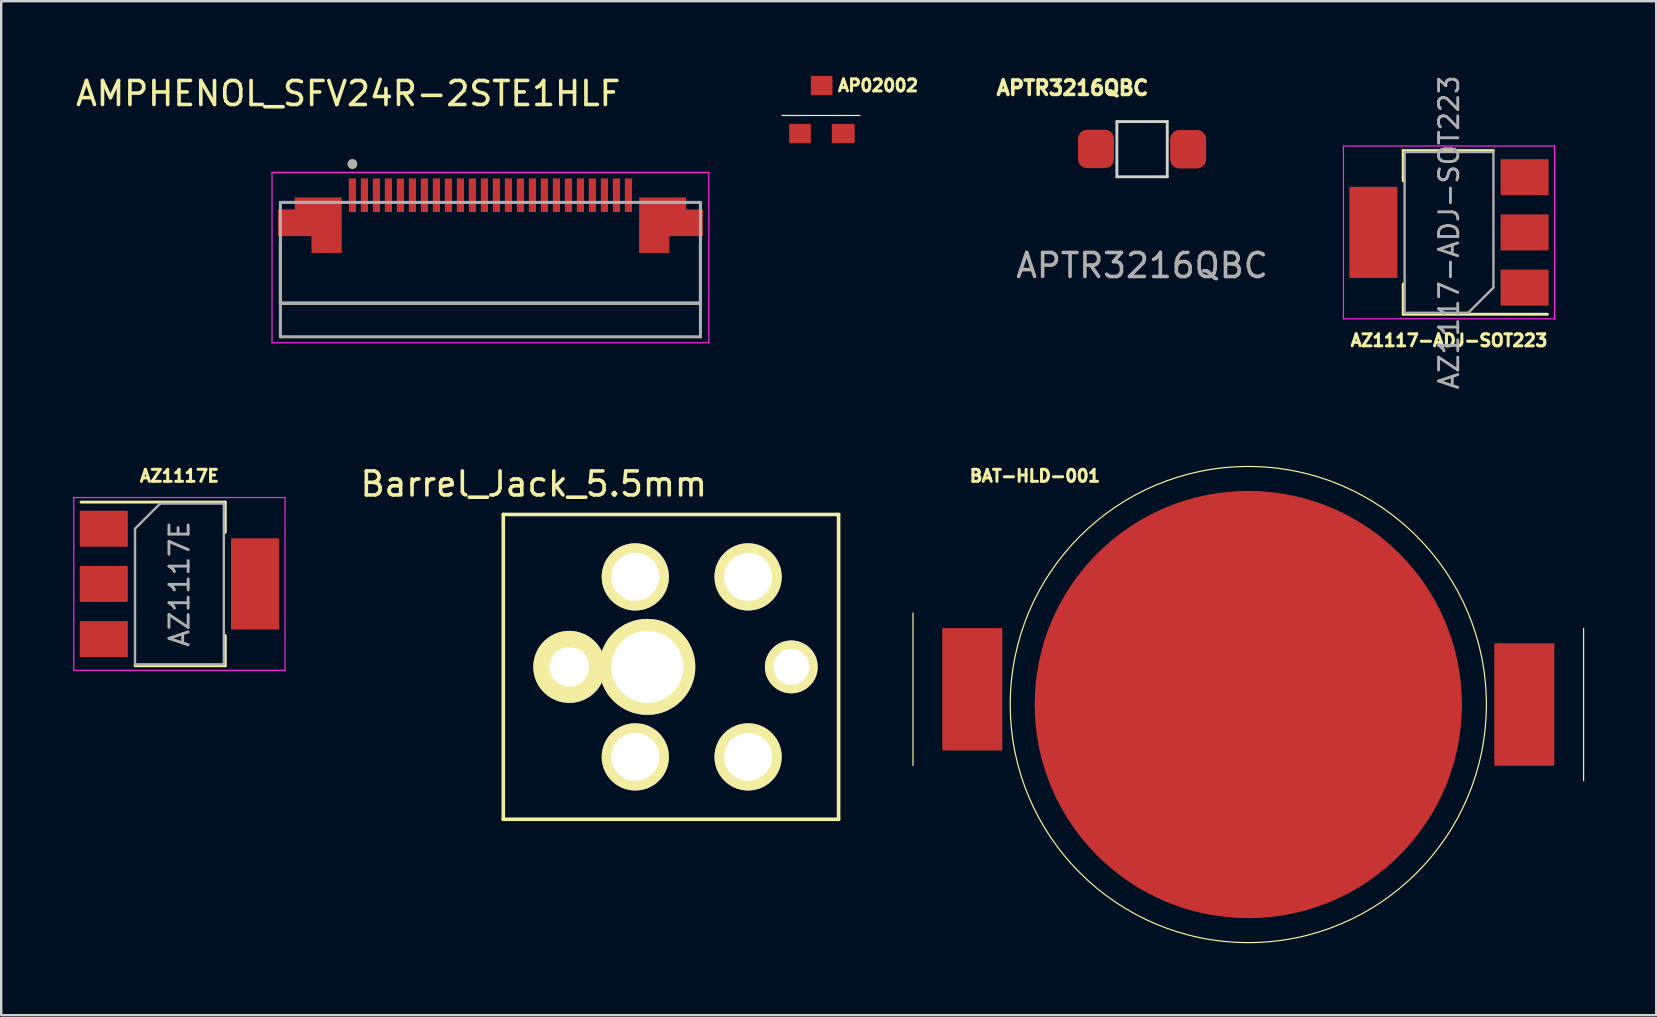
<source format=kicad_pcb>
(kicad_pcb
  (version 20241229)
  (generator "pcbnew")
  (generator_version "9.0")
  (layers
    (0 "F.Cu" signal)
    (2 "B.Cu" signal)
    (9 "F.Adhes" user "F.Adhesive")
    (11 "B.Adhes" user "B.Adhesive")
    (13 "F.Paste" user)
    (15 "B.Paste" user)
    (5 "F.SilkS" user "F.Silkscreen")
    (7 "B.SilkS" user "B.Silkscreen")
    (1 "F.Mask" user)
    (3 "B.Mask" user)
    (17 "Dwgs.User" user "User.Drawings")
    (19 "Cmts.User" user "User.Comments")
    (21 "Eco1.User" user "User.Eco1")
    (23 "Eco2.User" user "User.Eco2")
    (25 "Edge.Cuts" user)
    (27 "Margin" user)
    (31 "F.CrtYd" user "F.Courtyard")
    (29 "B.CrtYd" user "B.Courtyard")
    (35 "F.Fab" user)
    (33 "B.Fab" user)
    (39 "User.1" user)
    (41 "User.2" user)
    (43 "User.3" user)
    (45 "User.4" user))
  (footprint "AZ1117E"
    (layer "F.Cu")
    (at 4.425 21.279)
    (property "Reference" "AZ1117E" (at 0 -4.5 0) (layer "F.SilkS") (effects (font (size 0.5 0.5) (thickness 0.125))))
    (attr smd)
    (fp_line (start -4.1 -3.41) (end 1.91 -3.41) (stroke (width 0.12) (type solid)) (layer "F.SilkS"))
    (fp_line (start -1.85 3.41) (end 1.91 3.41) (stroke (width 0.12) (type solid)) (layer "F.SilkS"))
    (fp_line (start 1.91 -3.41) (end 1.91 -2.15) (stroke (width 0.12) (type solid)) (layer "F.SilkS"))
    (fp_line (start 1.91 3.41) (end 1.91 2.15) (stroke (width 0.12) (type solid)) (layer "F.SilkS"))
    (fp_line (start -4.4 -3.6) (end -4.4 3.6) (stroke (width 0.05) (type solid)) (layer "F.CrtYd"))
    (fp_line (start -4.4 3.6) (end 4.4 3.6) (stroke (width 0.05) (type solid)) (layer "F.CrtYd"))
    (fp_line (start 4.4 -3.6) (end -4.4 -3.6) (stroke (width 0.05) (type solid)) (layer "F.CrtYd"))
    (fp_line (start 4.4 3.6) (end 4.4 -3.6) (stroke (width 0.05) (type solid)) (layer "F.CrtYd"))
    (fp_line (start -1.85 -2.3) (end -1.85 3.35) (stroke (width 0.1) (type solid)) (layer "F.Fab"))
    (fp_line (start -1.85 -2.3) (end -0.8 -3.35) (stroke (width 0.1) (type solid)) (layer "F.Fab"))
    (fp_line (start -1.85 3.35) (end 1.85 3.35) (stroke (width 0.1) (type solid)) (layer "F.Fab"))
    (fp_line (start -0.8 -3.35) (end 1.85 -3.35) (stroke (width 0.1) (type solid)) (layer "F.Fab"))
    (fp_line (start 1.85 -3.35) (end 1.85 3.35) (stroke (width 0.1) (type solid)) (layer "F.Fab"))
    (fp_text user "${REFERENCE}" (at 0 0 90) (layer "F.Fab") (effects (font (size 0.8 0.8) (thickness 0.12))))
    (pad "1" smd rect (at -3.15 -2.3) (size 2 1.5) (layers "F.Cu" "F.Mask" "F.Paste"))
    (pad "2" smd rect (at -3.15 0) (size 2 1.5) (layers "F.Cu" "F.Mask" "F.Paste"))
    (pad "3" smd rect (at -3.15 2.3) (size 2 1.5) (layers "F.Cu" "F.Mask" "F.Paste"))
    (pad "4" smd rect (at 3.15 0) (size 2 3.8) (layers "F.Cu" "F.Mask" "F.Paste")))
  (footprint "AZ1117-ADJ-SOT223"
    (layer "F.Cu")
    (at 57.322 6.233)
    (property "Reference" "AZ1117-ADJ-SOT223" (at 0 4.9 180) (layer "F.SilkS") (effects (font (size 0.5 0.5) (thickness 0.125))))
    (attr smd)
    (fp_line (start -1.91 -3.01) (end -1.91 -1.75) (stroke (width 0.12) (type solid)) (layer "F.SilkS"))
    (fp_line (start -1.91 3.81) (end -1.91 2.55) (stroke (width 0.12) (type solid)) (layer "F.SilkS"))
    (fp_line (start 1.85 -3.01) (end -1.91 -3.01) (stroke (width 0.12) (type solid)) (layer "F.SilkS"))
    (fp_line (start 4.1 3.81) (end -1.91 3.81) (stroke (width 0.12) (type solid)) (layer "F.SilkS"))
    (fp_line (start -4.4 -3.2) (end -4.4 4) (stroke (width 0.05) (type solid)) (layer "F.CrtYd"))
    (fp_line (start -4.4 4) (end 4.4 4) (stroke (width 0.05) (type solid)) (layer "F.CrtYd"))
    (fp_line (start 4.4 -3.2) (end -4.4 -3.2) (stroke (width 0.05) (type solid)) (layer "F.CrtYd"))
    (fp_line (start 4.4 4) (end 4.4 -3.2) (stroke (width 0.05) (type solid)) (layer "F.CrtYd"))
    (fp_line (start -1.85 3.75) (end -1.85 -2.95) (stroke (width 0.1) (type solid)) (layer "F.Fab"))
    (fp_line (start 0.8 3.75) (end -1.85 3.75) (stroke (width 0.1) (type solid)) (layer "F.Fab"))
    (fp_line (start 1.85 -2.95) (end -1.85 -2.95) (stroke (width 0.1) (type solid)) (layer "F.Fab"))
    (fp_line (start 1.85 2.7) (end 0.8 3.75) (stroke (width 0.1) (type solid)) (layer "F.Fab"))
    (fp_line (start 1.85 2.7) (end 1.85 -2.95) (stroke (width 0.1) (type solid)) (layer "F.Fab"))
    (fp_text user "${REFERENCE}" (at 0 0.4 270) (layer "F.Fab") (effects (font (size 0.8 0.8) (thickness 0.12))))
    (pad "1" smd rect (at 3.15 2.7 180) (size 2 1.5) (layers "F.Cu" "F.Mask" "F.Paste"))
    (pad "2" smd rect (at -3.15 0.4 180) (size 2 3.8) (layers "F.Cu" "F.Mask" "F.Paste"))
    (pad "2" smd rect (at 3.15 0.4 180) (size 2 1.5) (layers "F.Cu" "F.Mask" "F.Paste"))
    (pad "3" smd rect (at 3.15 -1.9 180) (size 2 1.5) (layers "F.Cu" "F.Mask" "F.Paste")))
  (footprint "AP02002"
    (layer "F.Cu")
    (at 31.033 1.512)
    (property "Reference" "AP02002" (at 2.5 -1 0) (layer "F.SilkS") (effects (font (size 0.5 0.5) (thickness 0.125))))
    (attr through_hole)
    (fp_line (start -1.5 0.25) (end 1.75 0.25) (stroke (width 0.05) (type solid)) (layer "F.SilkS"))
    (pad "1" smd rect (at -0.75 1) (size 0.9 0.8) (layers "F.Cu" "F.Mask" "F.Paste"))
    (pad "2" smd rect (at 0.15 -1) (size 0.9 0.8) (layers "F.Cu" "F.Mask" "F.Paste"))
    (pad "3" smd rect (at 1.05 1) (size 0.95 0.8) (layers "F.Cu" "F.Mask" "F.Paste")))
  (footprint "AMPHENOL_SFV24R-2STE1HLF"
    (layer "F.Cu")
    (at 17.383 7.483)
    (property "Reference" "AMPHENOL_SFV24R-2STE1HLF" (at -5.925 -6.635 0) (layer "F.SilkS") (effects (font (size 1 1) (thickness 0.15))))
    (attr smd)
    (fp_poly (pts (xy -8.95 -1.9) (xy -8.95 -0.6) (xy -7.55 -0.6) (xy -7.55 0.1) (xy -6.1 0.1) (xy -6.1 -2.4) (xy -8.25 -2.4) (xy -8.25 -1.9)) (stroke (width 0.01) (type solid)) (fill yes) (layer "F.Mask"))
    (fp_poly (pts (xy 8.95 -1.9) (xy 8.95 -0.6) (xy 7.55 -0.6) (xy 7.55 0.1) (xy 6.1 0.1) (xy 6.1 -2.4) (xy 8.25 -2.4) (xy 8.25 -1.9)) (stroke (width 0.01) (type solid)) (fill yes) (layer "F.Mask"))
    (fp_line (start -8.75 -0.38) (end -8.75 2.1) (stroke (width 0.127) (type solid)) (layer "F.SilkS"))
    (fp_line (start -8.75 2.1) (end 8.75 2.1) (stroke (width 0.127) (type solid)) (layer "F.SilkS"))
    (fp_line (start 8.75 2.1) (end 8.75 -0.38) (stroke (width 0.127) (type solid)) (layer "F.SilkS"))
    (fp_circle (center -5.75 -3.7) (end -5.65 -3.7) (stroke (width 0.2) (type solid)) (fill no) (layer "F.SilkS"))
    (fp_poly (pts (xy -8.85 -1.8) (xy -8.85 -0.7) (xy -7.45 -0.7) (xy -7.45 0) (xy -6.2 0) (xy -6.2 -2.3) (xy -8.15 -2.3) (xy -8.15 -1.8)) (stroke (width 0.01) (type solid)) (fill yes) (layer "F.Paste"))
    (fp_poly (pts (xy 8.85 -1.8) (xy 8.85 -0.7) (xy 7.45 -0.7) (xy 7.45 0) (xy 6.2 0) (xy 6.2 -2.3) (xy 8.15 -2.3) (xy 8.15 -1.8)) (stroke (width 0.01) (type solid)) (fill yes) (layer "F.Paste"))
    (fp_line (start -9.1 -3.35) (end -9.1 3.75) (stroke (width 0.05) (type solid)) (layer "F.CrtYd"))
    (fp_line (start -9.1 3.75) (end 9.1 3.75) (stroke (width 0.05) (type solid)) (layer "F.CrtYd"))
    (fp_line (start 9.1 -3.35) (end -9.1 -3.35) (stroke (width 0.05) (type solid)) (layer "F.CrtYd"))
    (fp_line (start 9.1 3.75) (end 9.1 -3.35) (stroke (width 0.05) (type solid)) (layer "F.CrtYd"))
    (fp_line (start -8.75 -2.1) (end -8.75 2.1) (stroke (width 0.127) (type solid)) (layer "F.Fab"))
    (fp_line (start -8.75 2.1) (end -8.75 3.5) (stroke (width 0.127) (type solid)) (layer "F.Fab"))
    (fp_line (start -8.75 2.1) (end 8.75 2.1) (stroke (width 0.127) (type solid)) (layer "F.Fab"))
    (fp_line (start -8.75 3.5) (end 8.75 3.5) (stroke (width 0.127) (type solid)) (layer "F.Fab"))
    (fp_line (start 8.75 -2.1) (end -8.75 -2.1) (stroke (width 0.127) (type solid)) (layer "F.Fab"))
    (fp_line (start 8.75 2.1) (end 8.75 -2.1) (stroke (width 0.127) (type solid)) (layer "F.Fab"))
    (fp_line (start 8.75 3.5) (end 8.75 2.1) (stroke (width 0.127) (type solid)) (layer "F.Fab"))
    (fp_circle (center -5.75 -3.7) (end -5.65 -3.7) (stroke (width 0.2) (type solid)) (fill no) (layer "F.Fab"))
    (pad "1" smd rect (at 5.75 -2.4) (size 0.3 1.4) (layers "F.Cu" "F.Mask" "F.Paste"))
    (pad "2" smd rect (at 5.25 -2.4) (size 0.3 1.4) (layers "F.Cu" "F.Mask" "F.Paste"))
    (pad "3" smd rect (at 4.75 -2.4) (size 0.3 1.4) (layers "F.Cu" "F.Mask" "F.Paste"))
    (pad "4" smd rect (at 4.25 -2.4) (size 0.3 1.4) (layers "F.Cu" "F.Mask" "F.Paste"))
    (pad "5" smd rect (at 3.75 -2.4) (size 0.3 1.4) (layers "F.Cu" "F.Mask" "F.Paste"))
    (pad "6" smd rect (at 3.25 -2.4) (size 0.3 1.4) (layers "F.Cu" "F.Mask" "F.Paste"))
    (pad "7" smd rect (at 2.75 -2.4) (size 0.3 1.4) (layers "F.Cu" "F.Mask" "F.Paste"))
    (pad "8" smd rect (at 2.25 -2.4) (size 0.3 1.4) (layers "F.Cu" "F.Mask" "F.Paste"))
    (pad "9" smd rect (at 1.75 -2.4) (size 0.3 1.4) (layers "F.Cu" "F.Mask" "F.Paste"))
    (pad "10" smd rect (at 1.25 -2.4) (size 0.3 1.4) (layers "F.Cu" "F.Mask" "F.Paste"))
    (pad "11" smd rect (at 0.75 -2.4) (size 0.3 1.4) (layers "F.Cu" "F.Mask" "F.Paste"))
    (pad "12" smd rect (at 0.25 -2.4) (size 0.3 1.4) (layers "F.Cu" "F.Mask" "F.Paste"))
    (pad "13" smd rect (at -0.25 -2.4) (size 0.3 1.4) (layers "F.Cu" "F.Mask" "F.Paste"))
    (pad "14" smd rect (at -0.75 -2.4) (size 0.3 1.4) (layers "F.Cu" "F.Mask" "F.Paste"))
    (pad "15" smd rect (at -1.25 -2.4) (size 0.3 1.4) (layers "F.Cu" "F.Mask" "F.Paste"))
    (pad "16" smd rect (at -1.75 -2.4) (size 0.3 1.4) (layers "F.Cu" "F.Mask" "F.Paste"))
    (pad "17" smd rect (at -2.25 -2.4) (size 0.3 1.4) (layers "F.Cu" "F.Mask" "F.Paste"))
    (pad "18" smd rect (at -2.75 -2.4) (size 0.3 1.4) (layers "F.Cu" "F.Mask" "F.Paste"))
    (pad "19" smd rect (at -3.25 -2.4) (size 0.3 1.4) (layers "F.Cu" "F.Mask" "F.Paste"))
    (pad "20" smd rect (at -3.75 -2.4) (size 0.3 1.4) (layers "F.Cu" "F.Mask" "F.Paste"))
    (pad "21" smd rect (at -4.25 -2.4) (size 0.3 1.4) (layers "F.Cu" "F.Mask" "F.Paste"))
    (pad "22" smd rect (at -4.75 -2.4) (size 0.3 1.4) (layers "F.Cu" "F.Mask" "F.Paste"))
    (pad "23" smd rect (at -5.25 -2.4) (size 0.3 1.4) (layers "F.Cu" "F.Mask" "F.Paste"))
    (pad "24" smd rect (at -5.75 -2.4) (size 0.3 1.4) (layers "F.Cu" "F.Mask" "F.Paste"))
    (pad "S1" smd custom (at -7.525 -1.4) (size 1 1) (layers "F.Cu") (options (anchor rect)) (primitives (gr_poly (pts (xy -1.325 -0.4) (xy -1.325 0.7) (xy 0.075 0.7) (xy 0.075 1.4) (xy 1.325 1.4) (xy 1.325 -0.9) (xy -0.625 -0.9) (xy -0.625 -0.4)) (width 0.01) (fill yes))))
    (pad "S2" smd custom (at 7.525 -1.4) (size 1 1) (layers "F.Cu") (options (anchor rect)) (primitives (gr_poly (pts (xy 1.325 -0.4) (xy 1.325 0.7) (xy -0.075 0.7) (xy -0.075 1.4) (xy -1.325 1.4) (xy -1.325 -0.9) (xy 0.625 -0.9) (xy 0.625 -0.4)) (width 0.01) (fill yes)))))
  (footprint "BAT-HLD-001"
    (layer "F.Cu")
    (at 48.959 26.304)
    (property "Reference" "BAT-HLD-001" (at -8.89 -9.525 0) (layer "F.SilkS") (effects (font (size 0.5 0.5) (thickness 0.125))))
    (attr through_hole)
    (fp_line (start -13.97 -3.81) (end -13.97 2.54) (stroke (width 0.05) (type solid)) (layer "F.SilkS"))
    (fp_line (start 13.97 -3.175) (end 13.97 3.175) (stroke (width 0.05) (type solid)) (layer "F.SilkS"))
    (fp_circle (center 0 0) (end 6.35 7.62) (stroke (width 0.05) (type solid)) (fill no) (layer "F.SilkS"))
    (pad "1" smd circle (at 0 0) (size 17.8 17.8) (layers "F.Cu" "F.Mask" "F.Paste"))
    (pad "2" smd rect (at -11.5 -0.635) (size 2.5 5.1) (layers "F.Cu" "F.Mask" "F.Paste"))
    (pad "2" smd rect (at 11.5 0) (size 2.5 5.1) (layers "F.Cu" "F.Mask" "F.Paste")))
  (footprint "Barrel_Jack_5.5mm"
    (layer "F.Cu")
    (at 25.539 24.735)
    (property "Reference" "Barrel_Jack_5.5mm" (at -6.35 -7.62 0) (layer "F.SilkS") (effects (font (size 1 1) (thickness 0.15))))
    (attr through_hole)
    (fp_line (start -7.62 -6.35) (end -7.62 6.35) (stroke (width 0.15) (type solid)) (layer "F.SilkS"))
    (fp_line (start -7.62 6.35) (end 6.35 6.35) (stroke (width 0.15) (type solid)) (layer "F.SilkS"))
    (fp_line (start 6.35 -6.35) (end -7.62 -6.35) (stroke (width 0.15) (type solid)) (layer "F.SilkS"))
    (fp_line (start 6.35 6.35) (end 6.35 -6.35) (stroke (width 0.15) (type solid)) (layer "F.SilkS"))
    (pad "1" thru_hole circle (at 4.38 0) (size 2.2 2.2) (drill 1.5) (layers "*.Cu" "*.Mask" "F.SilkS"))
    (pad "2" thru_hole circle (at -4.87 0) (size 3 3) (drill 1.65) (layers "*.Cu" "*.Mask" "F.SilkS"))
    (pad "2" thru_hole circle (at -1.62 0) (size 4 4) (drill 3) (layers "*.Cu" "*.Mask" "F.SilkS"))
    (pad "3" thru_hole circle (at -2.12 -3.75) (size 2.8 2.8) (drill 2) (layers "*.Cu" "*.Mask" "F.SilkS"))
    (pad "3" thru_hole circle (at -2.12 3.75) (size 2.8 2.8) (drill 2) (layers "*.Cu" "*.Mask" "F.SilkS"))
    (pad "3" thru_hole circle (at 2.58 -3.75) (size 2.8 2.8) (drill 2) (layers "*.Cu" "*.Mask" "F.SilkS"))
    (pad "3" thru_hole circle (at 2.58 3.75) (size 2.8 2.8) (drill 2) (layers "*.Cu" "*.Mask" "F.SilkS")))
  (footprint "APTR3216QBC"
    (layer "F.Cu")
    (at 44.533 3.164)
    (property "Reference" "APTR3216QBC" (at -2.9 -2.55 0) (unlocked yes) (layer "F.SilkS") (effects (font (size 0.6 0.6) (thickness 0.15))))
    (attr smd)
    (fp_line (start -1.05 -1.15) (end 1.05 -1.15) (stroke (width 0.12) (type default)) (layer "Edge.Cuts"))
    (fp_line (start -1.05 1.15) (end -1.05 -1.15) (stroke (width 0.12) (type default)) (layer "Edge.Cuts"))
    (fp_line (start 1.05 -1.15) (end 1.05 1.15) (stroke (width 0.12) (type default)) (layer "Edge.Cuts"))
    (fp_line (start 1.05 1.15) (end -1.05 1.15) (stroke (width 0.12) (type default)) (layer "Edge.Cuts"))
    (fp_text user "${REFERENCE}" (at 0 4.85 0) (unlocked yes) (layer "F.Fab") (effects (font (size 1 1) (thickness 0.15))))
    (pad "1" smd roundrect (at -1.92 -0.01) (size 1.5 1.6) (layers "F.Cu" "F.Mask" "F.Paste") (roundrect_rratio 0.25))
    (pad "2" smd roundrect (at 1.92 0.004) (size 1.5 1.6) (layers "F.Cu" "F.Mask" "F.Paste") (roundrect_rratio 0.25)))
  (gr_rect
    (start -3 -3)
    (end 65.954 39.248)
    (stroke (width 0.1) (type default))
    (fill no)
    (layer "Edge.Cuts")))
</source>
